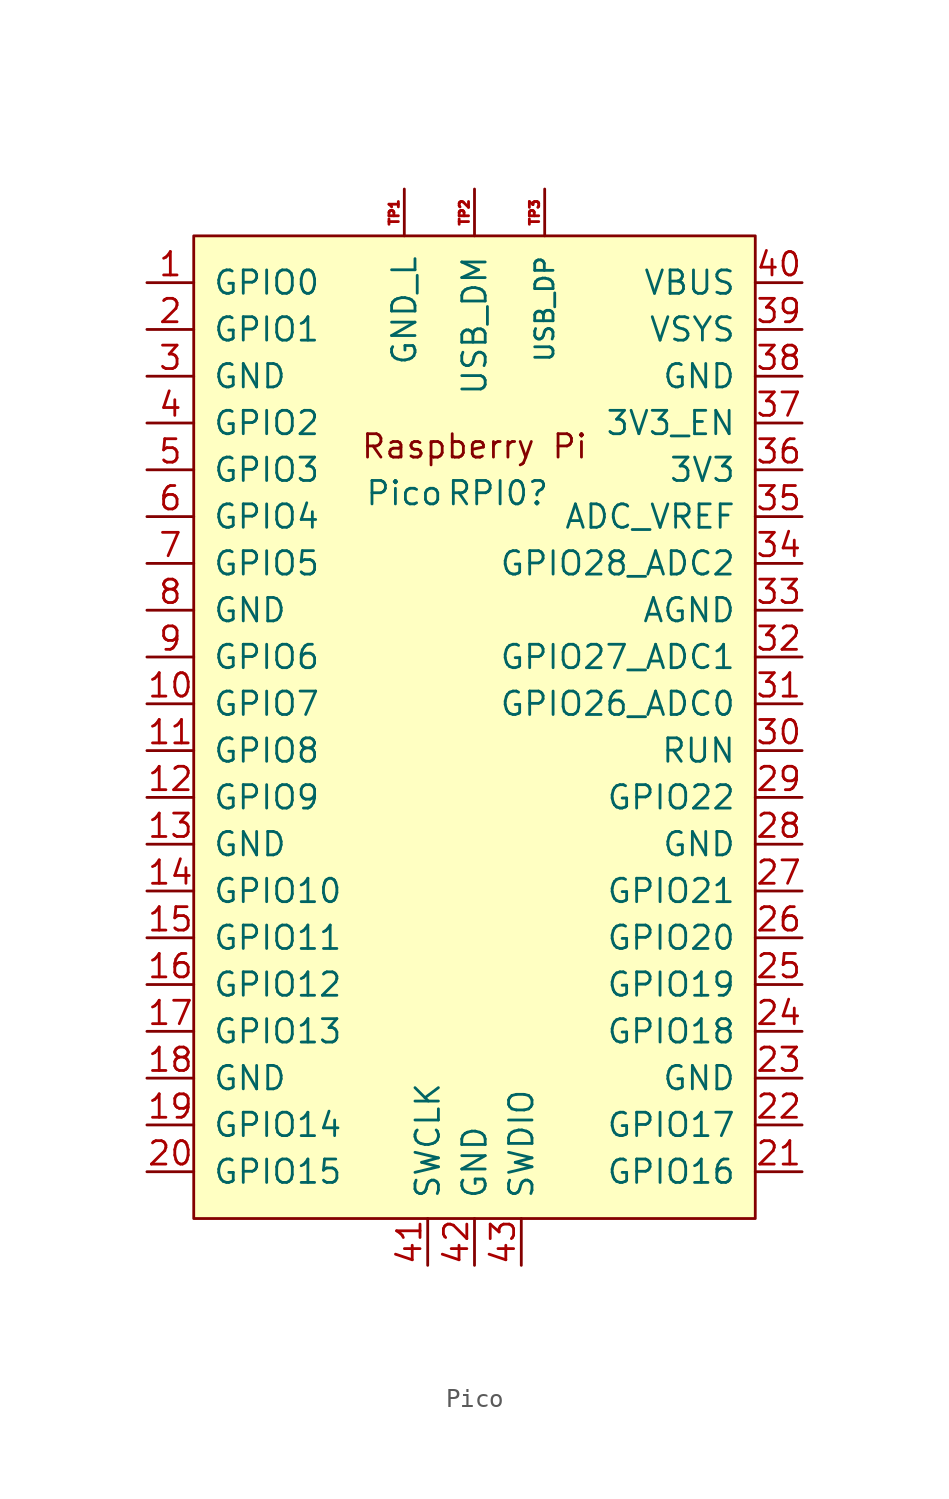
<source format=kicad_sym>
(kicad_symbol_lib
  (version 20211014)
  (generator kicad_symbol_editor)
  (symbol "Pico"
    (pin_names
      (offset 1.016))
    (property "Reference" "RPI0"
      (at 1.27 12.7 0)
      (effects (font (size 1.27 1.27))))
    (property "Value" "Pico"
      (at -3.81 12.7 0)
      (effects (font (size 1.27 1.27))))
    (symbol "Pico_0_0"
      (text "Raspberry Pi" (at 0 15.24 0) (effects (font (size 1.27 1.27)))))
    (symbol "Pico_0_1"
      (rectangle (start -15.24 26.67) (end 15.24 -26.67) (stroke (width 0) (type default) (color 0 0 0 0)) (fill (type background))))
    (symbol "Pico_1_1"
      (pin bidirectional line (at -17.78 24.13 0) (length 2.54) (name "GPIO0" (effects (font (size 1.27 1.27)))) (number "1" (effects (font (size 1.27 1.27)))))
      (pin bidirectional line (at -17.78 1.27 0) (length 2.54) (name "GPIO7" (effects (font (size 1.27 1.27)))) (number "10" (effects (font (size 1.27 1.27)))))
      (pin bidirectional line (at -17.78 -1.27 0) (length 2.54) (name "GPIO8" (effects (font (size 1.27 1.27)))) (number "11" (effects (font (size 1.27 1.27)))))
      (pin bidirectional line (at -17.78 -3.81 0) (length 2.54) (name "GPIO9" (effects (font (size 1.27 1.27)))) (number "12" (effects (font (size 1.27 1.27)))))
      (pin power_in line (at -17.78 -6.35 0) (length 2.54) (name "GND" (effects (font (size 1.27 1.27)))) (number "13" (effects (font (size 1.27 1.27)))))
      (pin bidirectional line (at -17.78 -8.89 0) (length 2.54) (name "GPIO10" (effects (font (size 1.27 1.27)))) (number "14" (effects (font (size 1.27 1.27)))))
      (pin bidirectional line (at -17.78 -11.43 0) (length 2.54) (name "GPIO11" (effects (font (size 1.27 1.27)))) (number "15" (effects (font (size 1.27 1.27)))))
      (pin bidirectional line (at -17.78 -13.97 0) (length 2.54) (name "GPIO12" (effects (font (size 1.27 1.27)))) (number "16" (effects (font (size 1.27 1.27)))))
      (pin bidirectional line (at -17.78 -16.51 0) (length 2.54) (name "GPIO13" (effects (font (size 1.27 1.27)))) (number "17" (effects (font (size 1.27 1.27)))))
      (pin power_in line (at -17.78 -19.05 0) (length 2.54) (name "GND" (effects (font (size 1.27 1.27)))) (number "18" (effects (font (size 1.27 1.27)))))
      (pin bidirectional line (at -17.78 -21.59 0) (length 2.54) (name "GPIO14" (effects (font (size 1.27 1.27)))) (number "19" (effects (font (size 1.27 1.27)))))
      (pin bidirectional line (at -17.78 21.59 0) (length 2.54) (name "GPIO1" (effects (font (size 1.27 1.27)))) (number "2" (effects (font (size 1.27 1.27)))))
      (pin bidirectional line (at -17.78 -24.13 0) (length 2.54) (name "GPIO15" (effects (font (size 1.27 1.27)))) (number "20" (effects (font (size 1.27 1.27)))))
      (pin bidirectional line (at 17.78 -24.13 180) (length 2.54) (name "GPIO16" (effects (font (size 1.27 1.27)))) (number "21" (effects (font (size 1.27 1.27)))))
      (pin bidirectional line (at 17.78 -21.59 180) (length 2.54) (name "GPIO17" (effects (font (size 1.27 1.27)))) (number "22" (effects (font (size 1.27 1.27)))))
      (pin power_in line (at 17.78 -19.05 180) (length 2.54) (name "GND" (effects (font (size 1.27 1.27)))) (number "23" (effects (font (size 1.27 1.27)))))
      (pin bidirectional line (at 17.78 -16.51 180) (length 2.54) (name "GPIO18" (effects (font (size 1.27 1.27)))) (number "24" (effects (font (size 1.27 1.27)))))
      (pin bidirectional line (at 17.78 -13.97 180) (length 2.54) (name "GPIO19" (effects (font (size 1.27 1.27)))) (number "25" (effects (font (size 1.27 1.27)))))
      (pin bidirectional line (at 17.78 -11.43 180) (length 2.54) (name "GPIO20" (effects (font (size 1.27 1.27)))) (number "26" (effects (font (size 1.27 1.27)))))
      (pin bidirectional line (at 17.78 -8.89 180) (length 2.54) (name "GPIO21" (effects (font (size 1.27 1.27)))) (number "27" (effects (font (size 1.27 1.27)))))
      (pin power_in line (at 17.78 -6.35 180) (length 2.54) (name "GND" (effects (font (size 1.27 1.27)))) (number "28" (effects (font (size 1.27 1.27)))))
      (pin bidirectional line (at 17.78 -3.81 180) (length 2.54) (name "GPIO22" (effects (font (size 1.27 1.27)))) (number "29" (effects (font (size 1.27 1.27)))))
      (pin power_in line (at -17.78 19.05 0) (length 2.54) (name "GND" (effects (font (size 1.27 1.27)))) (number "3" (effects (font (size 1.27 1.27)))))
      (pin input line (at 17.78 -1.27 180) (length 2.54) (name "RUN" (effects (font (size 1.27 1.27)))) (number "30" (effects (font (size 1.27 1.27)))))
      (pin bidirectional line (at 17.78 1.27 180) (length 2.54) (name "GPIO26_ADC0" (effects (font (size 1.27 1.27)))) (number "31" (effects (font (size 1.27 1.27)))))
      (pin bidirectional line (at 17.78 3.81 180) (length 2.54) (name "GPIO27_ADC1" (effects (font (size 1.27 1.27)))) (number "32" (effects (font (size 1.27 1.27)))))
      (pin power_in line (at 17.78 6.35 180) (length 2.54) (name "AGND" (effects (font (size 1.27 1.27)))) (number "33" (effects (font (size 1.27 1.27)))))
      (pin bidirectional line (at 17.78 8.89 180) (length 2.54) (name "GPIO28_ADC2" (effects (font (size 1.27 1.27)))) (number "34" (effects (font (size 1.27 1.27)))))
      (pin unspecified line (at 17.78 11.43 180) (length 2.54) (name "ADC_VREF" (effects (font (size 1.27 1.27)))) (number "35" (effects (font (size 1.27 1.27)))))
      (pin unspecified line (at 17.78 13.97 180) (length 2.54) (name "3V3" (effects (font (size 1.27 1.27)))) (number "36" (effects (font (size 1.27 1.27)))))
      (pin input line (at 17.78 16.51 180) (length 2.54) (name "3V3_EN" (effects (font (size 1.27 1.27)))) (number "37" (effects (font (size 1.27 1.27)))))
      (pin bidirectional line (at 17.78 19.05 180) (length 2.54) (name "GND" (effects (font (size 1.27 1.27)))) (number "38" (effects (font (size 1.27 1.27)))))
      (pin unspecified line (at 17.78 21.59 180) (length 2.54) (name "VSYS" (effects (font (size 1.27 1.27)))) (number "39" (effects (font (size 1.27 1.27)))))
      (pin bidirectional line (at -17.78 16.51 0) (length 2.54) (name "GPIO2" (effects (font (size 1.27 1.27)))) (number "4" (effects (font (size 1.27 1.27)))))
      (pin unspecified line (at 17.78 24.13 180) (length 2.54) (name "VBUS" (effects (font (size 1.27 1.27)))) (number "40" (effects (font (size 1.27 1.27)))))
      (pin input line (at -2.54 -29.21 90) (length 2.54) (name "SWCLK" (effects (font (size 1.27 1.27)))) (number "41" (effects (font (size 1.27 1.27)))))
      (pin power_in line (at 0 -29.21 90) (length 2.54) (name "GND" (effects (font (size 1.27 1.27)))) (number "42" (effects (font (size 1.27 1.27)))))
      (pin bidirectional line (at 2.54 -29.21 90) (length 2.54) (name "SWDIO" (effects (font (size 1.27 1.27)))) (number "43" (effects (font (size 1.27 1.27)))))
      (pin bidirectional line (at -17.78 13.97 0) (length 2.54) (name "GPIO3" (effects (font (size 1.27 1.27)))) (number "5" (effects (font (size 1.27 1.27)))))
      (pin bidirectional line (at -17.78 11.43 0) (length 2.54) (name "GPIO4" (effects (font (size 1.27 1.27)))) (number "6" (effects (font (size 1.27 1.27)))))
      (pin bidirectional line (at -17.78 8.89 0) (length 2.54) (name "GPIO5" (effects (font (size 1.27 1.27)))) (number "7" (effects (font (size 1.27 1.27)))))
      (pin power_in line (at -17.78 6.35 0) (length 2.54) (name "GND" (effects (font (size 1.27 1.27)))) (number "8" (effects (font (size 1.27 1.27)))))
      (pin bidirectional line (at -17.78 3.81 0) (length 2.54) (name "GPIO6" (effects (font (size 1.27 1.27)))) (number "9" (effects (font (size 1.27 1.27)))))
      (pin bidirectional line (at -3.81 29.21 270) (length 2.54) (name "GND_L" (effects (font (size 1.27 1.27)))) (number "TP1" (effects (font (size 0.508 0.508)))))
      (pin bidirectional line (at 0 29.21 270) (length 2.54) (name "USB_DM" (effects (font (size 1.27 1.27)))) (number "TP2" (effects (font (size 0.508 0.508)))))
      (pin bidirectional line (at 3.81 29.21 270) (length 2.54) (name "USB_DP" (effects (font (size 0.991 0.991)))) (number "TP3" (effects (font (size 0.508 0.508))))))))
</source>
